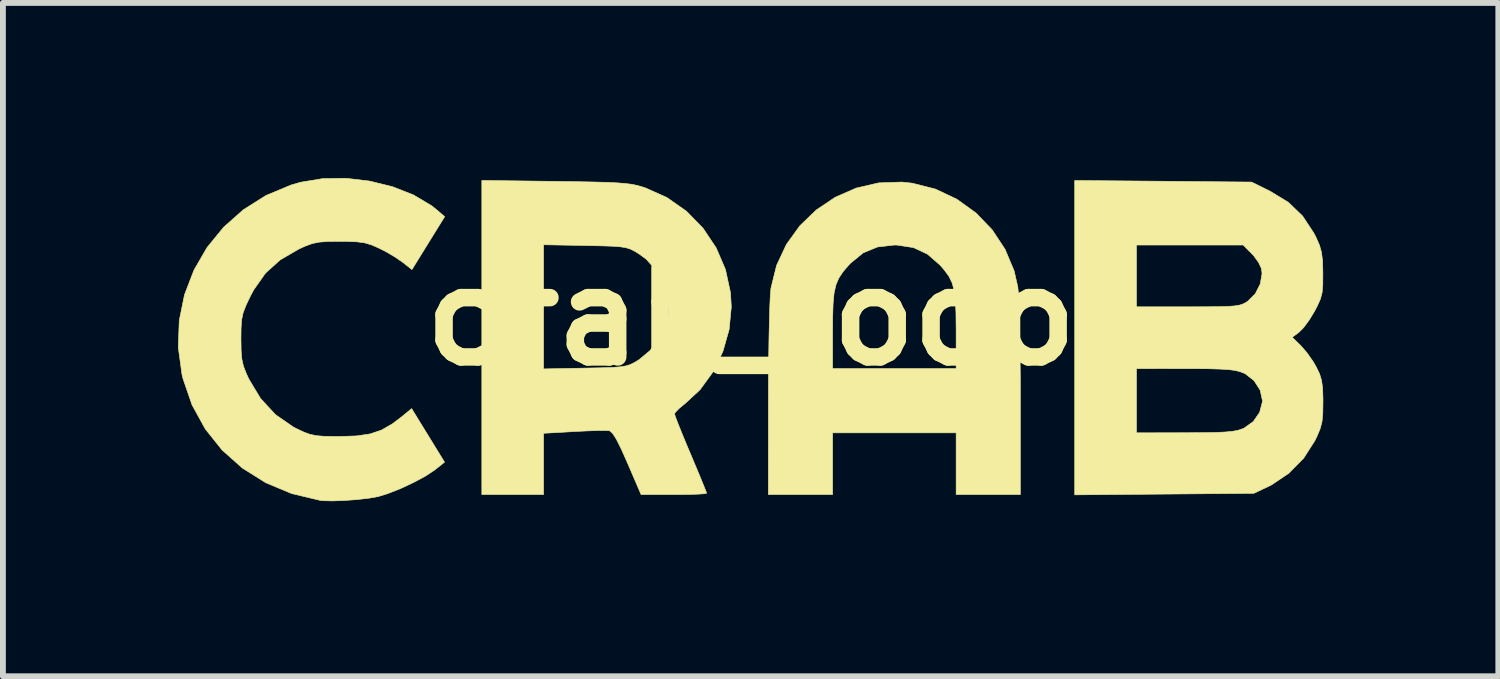
<source format=kicad_pcb>
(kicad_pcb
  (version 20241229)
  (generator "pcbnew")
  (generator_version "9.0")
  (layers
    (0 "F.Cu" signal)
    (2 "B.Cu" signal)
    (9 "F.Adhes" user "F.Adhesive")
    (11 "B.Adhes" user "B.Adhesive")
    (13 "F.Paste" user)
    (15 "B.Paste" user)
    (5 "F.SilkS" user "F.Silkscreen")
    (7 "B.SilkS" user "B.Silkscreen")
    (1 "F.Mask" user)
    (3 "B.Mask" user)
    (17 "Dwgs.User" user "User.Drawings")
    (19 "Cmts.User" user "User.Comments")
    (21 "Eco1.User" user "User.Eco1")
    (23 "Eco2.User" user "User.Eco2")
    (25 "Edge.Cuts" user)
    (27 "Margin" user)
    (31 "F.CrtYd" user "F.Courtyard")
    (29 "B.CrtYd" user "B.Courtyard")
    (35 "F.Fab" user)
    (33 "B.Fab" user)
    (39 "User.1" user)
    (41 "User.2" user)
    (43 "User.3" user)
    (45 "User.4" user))
  (footprint "crab_logo"
    (layer "F.Cu")
    (at 9.821 2.377)
    (property "Reference" "crab_logo" (at 0 0 0) (layer "F.SilkS") (effects (font (size 1.524 1.524) (thickness 0.3))))
    (attr through_hole)
    (fp_poly (pts (xy 2.762 -2.288) (xy 3.159 -2.187) (xy 3.525 -2.014) (xy 3.852 -1.779) (xy 4.131 -1.49) (xy 4.352 -1.156) (xy 4.507 -0.787) (xy 4.571 -0.508) (xy 4.581 -0.404) (xy 4.59 -0.226) (xy 4.597 0.014) (xy 4.604 0.305) (xy 4.609 0.636) (xy 4.613 0.995) (xy 4.614 1.371) (xy 4.614 1.408) (xy 4.614 3.048) (xy 3.514 3.048) (xy 3.514 1.99) (xy 1.397 1.99) (xy 1.397 3.048) (xy 0.296 3.048) (xy 0.297 1.429) (xy 0.298 1.053) (xy 0.302 0.692) (xy 0.307 0.357) (xy 0.31 0.231) (xy 1.397 0.231) (xy 1.397 0.889) (xy 3.514 0.889) (xy 3.514 0.231) (xy 3.511 -0.058) (xy 3.502 -0.279) (xy 3.481 -0.448) (xy 3.445 -0.58) (xy 3.39 -0.692) (xy 3.312 -0.799) (xy 3.24 -0.882) (xy 3.024 -1.071) (xy 2.784 -1.184) (xy 2.503 -1.227) (xy 2.455 -1.228) (xy 2.167 -1.195) (xy 1.921 -1.094) (xy 1.703 -0.916) (xy 1.671 -0.882) (xy 1.574 -0.768) (xy 1.503 -0.661) (xy 1.454 -0.545) (xy 1.422 -0.404) (xy 1.405 -0.221) (xy 1.398 0.018) (xy 1.397 0.231) (xy 0.31 0.231) (xy 0.314 0.061) (xy 0.321 -0.186) (xy 0.33 -0.371) (xy 0.34 -0.484) (xy 0.34 -0.487) (xy 0.437 -0.879) (xy 0.605 -1.238) (xy 0.835 -1.557) (xy 1.117 -1.829) (xy 1.442 -2.047) (xy 1.801 -2.204) (xy 2.185 -2.293) (xy 2.584 -2.307) (xy 2.762 -2.288)) (stroke (width 0.01) (type solid)) (fill yes) (layer "F.SilkS"))
    (fp_poly (pts (xy -6.538 -2.324) (xy -6.146 -2.228) (xy -5.786 -2.087) (xy -5.478 -1.904) (xy -5.383 -1.828) (xy -5.251 -1.714) (xy -5.812 -0.807) (xy -5.971 -0.933) (xy -6.101 -1.022) (xy -6.265 -1.118) (xy -6.378 -1.175) (xy -6.506 -1.231) (xy -6.621 -1.265) (xy -6.752 -1.283) (xy -6.924 -1.29) (xy -7.048 -1.291) (xy -7.252 -1.289) (xy -7.399 -1.278) (xy -7.518 -1.254) (xy -7.637 -1.211) (xy -7.755 -1.157) (xy -8.07 -0.973) (xy -8.322 -0.746) (xy -8.523 -0.46) (xy -8.584 -0.345) (xy -8.658 -0.189) (xy -8.705 -0.066) (xy -8.73 0.052) (xy -8.74 0.197) (xy -8.742 0.379) (xy -8.739 0.579) (xy -8.727 0.725) (xy -8.7 0.845) (xy -8.651 0.972) (xy -8.607 1.068) (xy -8.406 1.402) (xy -8.151 1.678) (xy -7.848 1.888) (xy -7.795 1.916) (xy -7.666 1.977) (xy -7.559 2.016) (xy -7.449 2.039) (xy -7.313 2.05) (xy -7.124 2.053) (xy -7.049 2.053) (xy -6.76 2.043) (xy -6.529 2.009) (xy -6.333 1.943) (xy -6.147 1.836) (xy -5.991 1.718) (xy -5.817 1.575) (xy -5.253 2.493) (xy -5.418 2.624) (xy -5.575 2.729) (xy -5.784 2.841) (xy -6.015 2.949) (xy -6.238 3.036) (xy -6.393 3.083) (xy -6.552 3.111) (xy -6.754 3.134) (xy -6.973 3.15) (xy -7.178 3.157) (xy -7.34 3.153) (xy -7.387 3.147) (xy -7.873 3.031) (xy -8.318 2.845) (xy -8.718 2.594) (xy -9.065 2.285) (xy -9.354 1.923) (xy -9.58 1.512) (xy -9.736 1.058) (xy -9.753 0.986) (xy -9.816 0.522) (xy -9.799 0.065) (xy -9.709 -0.377) (xy -9.548 -0.796) (xy -9.324 -1.184) (xy -9.04 -1.532) (xy -8.701 -1.833) (xy -8.314 -2.077) (xy -7.882 -2.257) (xy -7.72 -2.304) (xy -7.343 -2.366) (xy -6.943 -2.372) (xy -6.538 -2.324)) (stroke (width 0.01) (type solid)) (fill yes) (layer "F.SilkS"))
    (fp_poly (pts (xy -3.355 -2.319) (xy -2.989 -2.314) (xy -2.697 -2.308) (xy -2.468 -2.302) (xy -2.289 -2.293) (xy -2.151 -2.282) (xy -2.042 -2.268) (xy -1.95 -2.249) (xy -1.866 -2.225) (xy -1.82 -2.211) (xy -1.442 -2.042) (xy -1.107 -1.807) (xy -0.824 -1.517) (xy -0.599 -1.181) (xy -0.439 -0.809) (xy -0.353 -0.411) (xy -0.339 -0.169) (xy -0.376 0.219) (xy -0.483 0.596) (xy -0.652 0.946) (xy -0.875 1.252) (xy -1.128 1.486) (xy -1.231 1.57) (xy -1.297 1.638) (xy -1.312 1.665) (xy -1.297 1.715) (xy -1.253 1.83) (xy -1.187 1.995) (xy -1.104 2.196) (xy -1.037 2.354) (xy -0.946 2.571) (xy -0.867 2.76) (xy -0.807 2.908) (xy -0.77 3.001) (xy -0.762 3.026) (xy -0.802 3.034) (xy -0.911 3.041) (xy -1.073 3.046) (xy -1.273 3.048) (xy -1.323 3.048) (xy -1.885 3.048) (xy -2.117 2.509) (xy -2.223 2.271) (xy -2.306 2.105) (xy -2.37 2.003) (xy -2.42 1.958) (xy -2.432 1.954) (xy -2.504 1.95) (xy -2.642 1.951) (xy -2.825 1.958) (xy -3.033 1.968) (xy -3.035 1.968) (xy -3.556 1.998) (xy -3.556 3.048) (xy -4.614 3.048) (xy -4.614 0.895) (xy -3.556 0.895) (xy -2.843 0.881) (xy -2.582 0.876) (xy -2.39 0.87) (xy -2.252 0.86) (xy -2.152 0.845) (xy -2.075 0.822) (xy -2.006 0.789) (xy -1.929 0.743) (xy -1.923 0.739) (xy -1.735 0.584) (xy -1.574 0.376) (xy -1.458 0.146) (xy -1.418 -0.003) (xy -1.413 -0.269) (xy -1.482 -0.535) (xy -1.614 -0.782) (xy -1.8 -0.988) (xy -1.923 -1.078) (xy -2.001 -1.125) (xy -2.07 -1.159) (xy -2.146 -1.183) (xy -2.244 -1.198) (xy -2.379 -1.208) (xy -2.566 -1.214) (xy -2.822 -1.219) (xy -2.843 -1.22) (xy -3.556 -1.233) (xy -3.556 0.895) (xy -4.614 0.895) (xy -4.614 -2.335) (xy -3.355 -2.319)) (stroke (width 0.01) (type solid)) (fill yes) (layer "F.SilkS"))
    (fp_poly (pts (xy 7.061 -2.321) (xy 8.577 -2.307) (xy 8.9 -2.147) (xy 9.208 -1.959) (xy 9.452 -1.724) (xy 9.646 -1.429) (xy 9.681 -1.36) (xy 9.74 -1.226) (xy 9.775 -1.103) (xy 9.793 -0.959) (xy 9.798 -0.764) (xy 9.798 -0.741) (xy 9.797 -0.551) (xy 9.786 -0.417) (xy 9.758 -0.307) (xy 9.707 -0.192) (xy 9.654 -0.09) (xy 9.563 0.059) (xy 9.468 0.187) (xy 9.39 0.266) (xy 9.273 0.353) (xy 9.421 0.497) (xy 9.528 0.621) (xy 9.636 0.776) (xy 9.684 0.86) (xy 9.742 0.98) (xy 9.776 1.092) (xy 9.794 1.222) (xy 9.8 1.401) (xy 9.8 1.461) (xy 9.797 1.656) (xy 9.784 1.797) (xy 9.753 1.917) (xy 9.699 2.047) (xy 9.663 2.122) (xy 9.47 2.424) (xy 9.214 2.684) (xy 8.916 2.884) (xy 8.857 2.913) (xy 8.615 3.027) (xy 7.08 3.04) (xy 5.546 3.053) (xy 5.546 1.99) (xy 6.604 1.99) (xy 7.44 1.989) (xy 7.737 1.987) (xy 7.962 1.984) (xy 8.129 1.976) (xy 8.252 1.964) (xy 8.344 1.947) (xy 8.418 1.922) (xy 8.449 1.909) (xy 8.605 1.798) (xy 8.715 1.639) (xy 8.762 1.459) (xy 8.763 1.439) (xy 8.724 1.259) (xy 8.619 1.096) (xy 8.468 0.978) (xy 8.449 0.969) (xy 8.378 0.942) (xy 8.295 0.921) (xy 8.187 0.907) (xy 8.041 0.898) (xy 7.843 0.892) (xy 7.579 0.89) (xy 7.44 0.89) (xy 6.604 0.889) (xy 6.604 1.99) (xy 5.546 1.99) (xy 5.546 -1.228) (xy 6.604 -1.228) (xy 6.604 -0.169) (xy 7.487 -0.169) (xy 7.783 -0.17) (xy 8.007 -0.172) (xy 8.171 -0.176) (xy 8.288 -0.185) (xy 8.371 -0.199) (xy 8.432 -0.219) (xy 8.483 -0.246) (xy 8.513 -0.266) (xy 8.641 -0.394) (xy 8.726 -0.562) (xy 8.756 -0.74) (xy 8.746 -0.824) (xy 8.697 -0.929) (xy 8.611 -1.047) (xy 8.574 -1.086) (xy 8.433 -1.228) (xy 6.604 -1.228) (xy 5.546 -1.228) (xy 5.546 -2.334) (xy 7.061 -2.321)) (stroke (width 0.01) (type solid)) (fill yes) (layer "F.SilkS")))
  (gr_rect
    (start -3 -3)
    (end 22.626 8.539)
    (stroke (width 0.1) (type default))
    (fill no)
    (layer "Edge.Cuts")))
</source>
